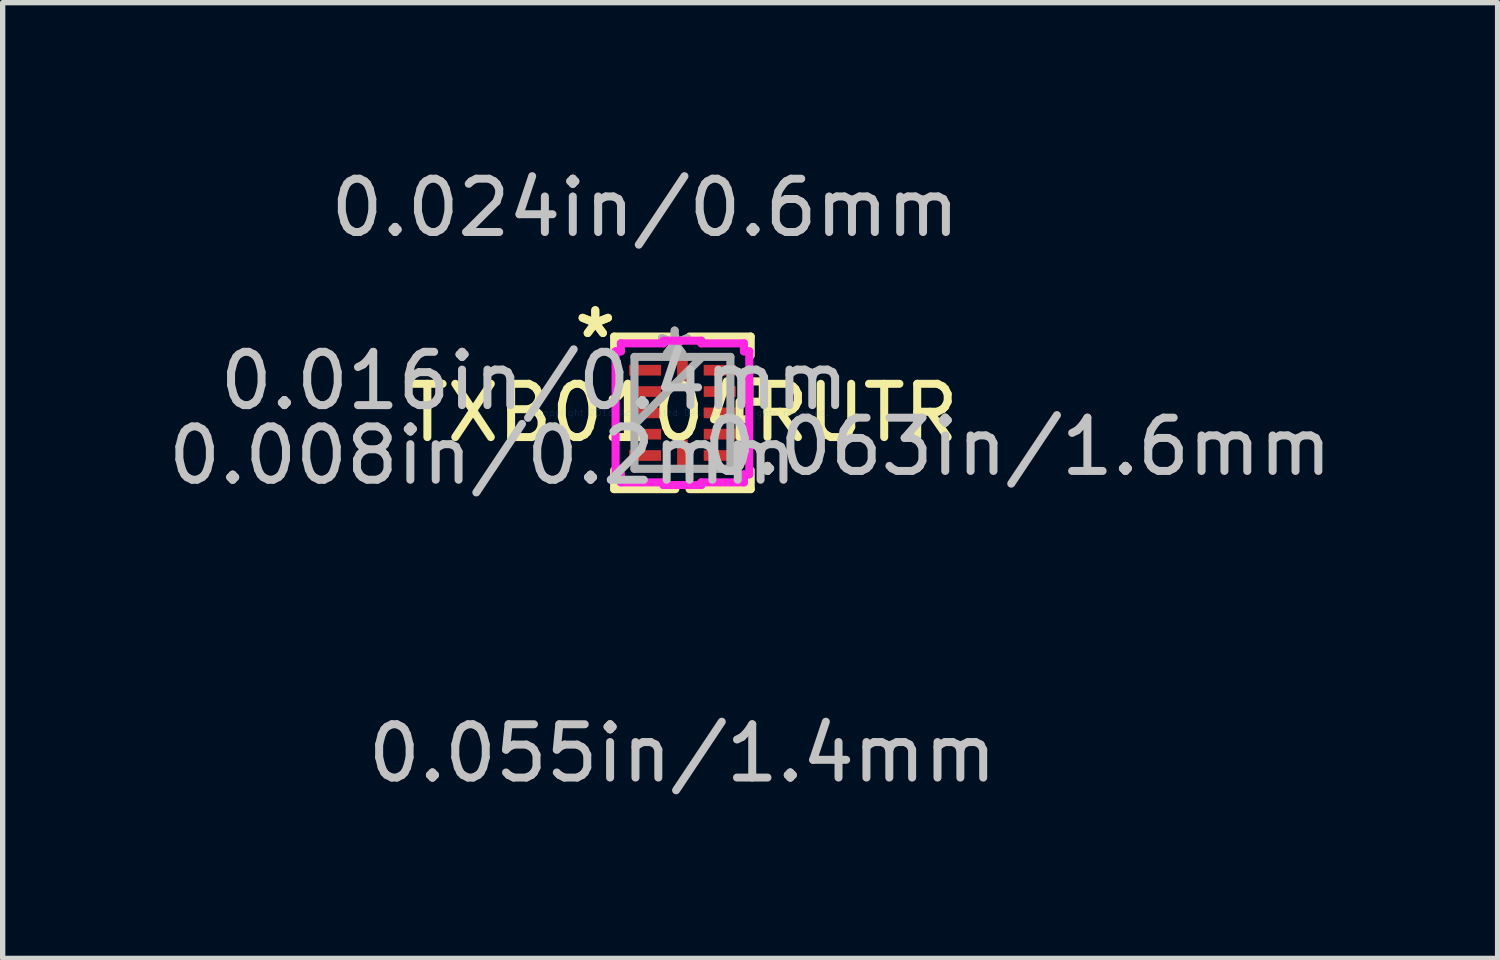
<source format=kicad_pcb>
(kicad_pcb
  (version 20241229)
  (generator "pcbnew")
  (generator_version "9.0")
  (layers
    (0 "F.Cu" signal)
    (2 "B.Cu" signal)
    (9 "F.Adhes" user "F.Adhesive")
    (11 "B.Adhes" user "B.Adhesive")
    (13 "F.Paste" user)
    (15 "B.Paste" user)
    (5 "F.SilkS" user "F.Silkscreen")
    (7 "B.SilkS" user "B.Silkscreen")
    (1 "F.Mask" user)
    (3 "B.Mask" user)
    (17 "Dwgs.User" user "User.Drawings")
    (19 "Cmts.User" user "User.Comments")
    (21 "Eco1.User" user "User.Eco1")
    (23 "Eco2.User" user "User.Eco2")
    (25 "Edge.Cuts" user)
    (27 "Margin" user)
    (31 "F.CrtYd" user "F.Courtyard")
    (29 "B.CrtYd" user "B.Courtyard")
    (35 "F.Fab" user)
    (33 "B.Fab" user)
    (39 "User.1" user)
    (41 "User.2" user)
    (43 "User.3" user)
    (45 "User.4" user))
  (footprint "TXB0104RUTR"
    (layer "F.Cu")
    (at 9.754 4.696)
    (property "Reference" "TXB0104RUTR" (at 0 0 0) (layer "F.SilkS") (effects (font (size 1 1) (thickness 0.15))))
    (attr through_hole)
    (fp_line (start -1.05 -0.95) (end -1.05 -0.65) (stroke (width 0.152) (type solid)) (layer "F.Mask"))
    (fp_line (start -1.05 -0.65) (end -0.35 -0.65) (stroke (width 0.152) (type solid)) (layer "F.Mask"))
    (fp_line (start -1.05 -0.55) (end -1.05 -0.25) (stroke (width 0.152) (type solid)) (layer "F.Mask"))
    (fp_line (start -1.05 -0.25) (end -0.35 -0.25) (stroke (width 0.152) (type solid)) (layer "F.Mask"))
    (fp_line (start -1.05 -0.15) (end -1.05 0.15) (stroke (width 0.152) (type solid)) (layer "F.Mask"))
    (fp_line (start -1.05 0.15) (end -0.35 0.15) (stroke (width 0.152) (type solid)) (layer "F.Mask"))
    (fp_line (start -1.05 0.25) (end -1.05 0.55) (stroke (width 0.152) (type solid)) (layer "F.Mask"))
    (fp_line (start -1.05 0.55) (end -0.35 0.55) (stroke (width 0.152) (type solid)) (layer "F.Mask"))
    (fp_line (start -1.05 0.65) (end -1.05 0.95) (stroke (width 0.152) (type solid)) (layer "F.Mask"))
    (fp_line (start -1.05 0.95) (end -0.35 0.95) (stroke (width 0.152) (type solid)) (layer "F.Mask"))
    (fp_line (start -0.35 -0.95) (end -1.05 -0.95) (stroke (width 0.152) (type solid)) (layer "F.Mask"))
    (fp_line (start -0.35 -0.65) (end -0.35 -0.95) (stroke (width 0.152) (type solid)) (layer "F.Mask"))
    (fp_line (start -0.35 -0.55) (end -1.05 -0.55) (stroke (width 0.152) (type solid)) (layer "F.Mask"))
    (fp_line (start -0.35 -0.25) (end -0.35 -0.55) (stroke (width 0.152) (type solid)) (layer "F.Mask"))
    (fp_line (start -0.35 -0.15) (end -1.05 -0.15) (stroke (width 0.152) (type solid)) (layer "F.Mask"))
    (fp_line (start -0.35 0.15) (end -0.35 -0.15) (stroke (width 0.152) (type solid)) (layer "F.Mask"))
    (fp_line (start -0.35 0.25) (end -1.05 0.25) (stroke (width 0.152) (type solid)) (layer "F.Mask"))
    (fp_line (start -0.35 0.55) (end -0.35 0.25) (stroke (width 0.152) (type solid)) (layer "F.Mask"))
    (fp_line (start -0.35 0.65) (end -1.05 0.65) (stroke (width 0.152) (type solid)) (layer "F.Mask"))
    (fp_line (start -0.35 0.95) (end -0.35 0.65) (stroke (width 0.152) (type solid)) (layer "F.Mask"))
    (fp_line (start -0.15 -1.15) (end -0.15 -0.45) (stroke (width 0.152) (type solid)) (layer "F.Mask"))
    (fp_line (start -0.15 -0.45) (end 0.15 -0.45) (stroke (width 0.152) (type solid)) (layer "F.Mask"))
    (fp_line (start -0.15 0.45) (end -0.15 1.15) (stroke (width 0.152) (type solid)) (layer "F.Mask"))
    (fp_line (start -0.15 1.15) (end 0.15 1.15) (stroke (width 0.152) (type solid)) (layer "F.Mask"))
    (fp_line (start 0.15 -1.15) (end -0.15 -1.15) (stroke (width 0.152) (type solid)) (layer "F.Mask"))
    (fp_line (start 0.15 -0.45) (end 0.15 -1.15) (stroke (width 0.152) (type solid)) (layer "F.Mask"))
    (fp_line (start 0.15 0.45) (end -0.15 0.45) (stroke (width 0.152) (type solid)) (layer "F.Mask"))
    (fp_line (start 0.15 1.15) (end 0.15 0.45) (stroke (width 0.152) (type solid)) (layer "F.Mask"))
    (fp_line (start 0.35 -0.95) (end 0.35 -0.65) (stroke (width 0.152) (type solid)) (layer "F.Mask"))
    (fp_line (start 0.35 -0.65) (end 1.05 -0.65) (stroke (width 0.152) (type solid)) (layer "F.Mask"))
    (fp_line (start 0.35 -0.55) (end 0.35 -0.25) (stroke (width 0.152) (type solid)) (layer "F.Mask"))
    (fp_line (start 0.35 -0.25) (end 1.05 -0.25) (stroke (width 0.152) (type solid)) (layer "F.Mask"))
    (fp_line (start 0.35 -0.15) (end 0.35 0.15) (stroke (width 0.152) (type solid)) (layer "F.Mask"))
    (fp_line (start 0.35 0.15) (end 1.05 0.15) (stroke (width 0.152) (type solid)) (layer "F.Mask"))
    (fp_line (start 0.35 0.25) (end 0.35 0.55) (stroke (width 0.152) (type solid)) (layer "F.Mask"))
    (fp_line (start 0.35 0.55) (end 1.05 0.55) (stroke (width 0.152) (type solid)) (layer "F.Mask"))
    (fp_line (start 0.35 0.65) (end 0.35 0.95) (stroke (width 0.152) (type solid)) (layer "F.Mask"))
    (fp_line (start 0.35 0.95) (end 1.05 0.95) (stroke (width 0.152) (type solid)) (layer "F.Mask"))
    (fp_line (start 1.05 -0.95) (end 0.35 -0.95) (stroke (width 0.152) (type solid)) (layer "F.Mask"))
    (fp_line (start 1.05 -0.65) (end 1.05 -0.95) (stroke (width 0.152) (type solid)) (layer "F.Mask"))
    (fp_line (start 1.05 -0.55) (end 0.35 -0.55) (stroke (width 0.152) (type solid)) (layer "F.Mask"))
    (fp_line (start 1.05 -0.25) (end 1.05 -0.55) (stroke (width 0.152) (type solid)) (layer "F.Mask"))
    (fp_line (start 1.05 -0.15) (end 0.35 -0.15) (stroke (width 0.152) (type solid)) (layer "F.Mask"))
    (fp_line (start 1.05 0.15) (end 1.05 -0.15) (stroke (width 0.152) (type solid)) (layer "F.Mask"))
    (fp_line (start 1.05 0.25) (end 0.35 0.25) (stroke (width 0.152) (type solid)) (layer "F.Mask"))
    (fp_line (start 1.05 0.55) (end 1.05 0.25) (stroke (width 0.152) (type solid)) (layer "F.Mask"))
    (fp_line (start 1.05 0.65) (end 0.35 0.65) (stroke (width 0.152) (type solid)) (layer "F.Mask"))
    (fp_line (start 1.05 0.95) (end 1.05 0.65) (stroke (width 0.152) (type solid)) (layer "F.Mask"))
    (fp_line (start -1.281 -1.431) (end -1.281 -1.078) (stroke (width 0.152) (type solid)) (layer "F.SilkS"))
    (fp_line (start -1.281 1.078) (end -1.281 1.431) (stroke (width 0.152) (type solid)) (layer "F.SilkS"))
    (fp_line (start -1.281 1.431) (end -0.134 1.431) (stroke (width 0.152) (type solid)) (layer "F.SilkS"))
    (fp_line (start -0.134 -1.431) (end -1.281 -1.431) (stroke (width 0.152) (type solid)) (layer "F.SilkS"))
    (fp_line (start 0.134 1.431) (end 1.281 1.431) (stroke (width 0.152) (type solid)) (layer "F.SilkS"))
    (fp_line (start 1.254 -0.59) (end 1.508 -0.59) (stroke (width 0.152) (type solid)) (layer "F.SilkS"))
    (fp_line (start 1.254 -0.209) (end 1.254 -0.59) (stroke (width 0.152) (type solid)) (layer "F.SilkS"))
    (fp_line (start 1.281 -1.431) (end 0.134 -1.431) (stroke (width 0.152) (type solid)) (layer "F.SilkS"))
    (fp_line (start 1.281 -1.078) (end 1.281 -1.431) (stroke (width 0.152) (type solid)) (layer "F.SilkS"))
    (fp_line (start 1.281 1.431) (end 1.281 1.078) (stroke (width 0.152) (type solid)) (layer "F.SilkS"))
    (fp_line (start 1.508 -0.59) (end 1.508 -0.209) (stroke (width 0.152) (type solid)) (layer "F.SilkS"))
    (fp_line (start 1.508 -0.209) (end 1.254 -0.209) (stroke (width 0.152) (type solid)) (layer "F.SilkS"))
    (fp_line (start -0.975 -0.875) (end -0.975 -0.725) (stroke (width 0.152) (type solid)) (layer "F.Paste"))
    (fp_line (start -0.975 -0.725) (end -0.425 -0.725) (stroke (width 0.152) (type solid)) (layer "F.Paste"))
    (fp_line (start -0.975 -0.475) (end -0.975 -0.325) (stroke (width 0.152) (type solid)) (layer "F.Paste"))
    (fp_line (start -0.975 -0.325) (end -0.425 -0.325) (stroke (width 0.152) (type solid)) (layer "F.Paste"))
    (fp_line (start -0.975 -0.075) (end -0.975 0.075) (stroke (width 0.152) (type solid)) (layer "F.Paste"))
    (fp_line (start -0.975 0.075) (end -0.425 0.075) (stroke (width 0.152) (type solid)) (layer "F.Paste"))
    (fp_line (start -0.975 0.325) (end -0.975 0.475) (stroke (width 0.152) (type solid)) (layer "F.Paste"))
    (fp_line (start -0.975 0.475) (end -0.425 0.475) (stroke (width 0.152) (type solid)) (layer "F.Paste"))
    (fp_line (start -0.975 0.725) (end -0.975 0.875) (stroke (width 0.152) (type solid)) (layer "F.Paste"))
    (fp_line (start -0.975 0.875) (end -0.425 0.875) (stroke (width 0.152) (type solid)) (layer "F.Paste"))
    (fp_line (start -0.425 -0.875) (end -0.975 -0.875) (stroke (width 0.152) (type solid)) (layer "F.Paste"))
    (fp_line (start -0.425 -0.725) (end -0.425 -0.875) (stroke (width 0.152) (type solid)) (layer "F.Paste"))
    (fp_line (start -0.425 -0.475) (end -0.975 -0.475) (stroke (width 0.152) (type solid)) (layer "F.Paste"))
    (fp_line (start -0.425 -0.325) (end -0.425 -0.475) (stroke (width 0.152) (type solid)) (layer "F.Paste"))
    (fp_line (start -0.425 -0.075) (end -0.975 -0.075) (stroke (width 0.152) (type solid)) (layer "F.Paste"))
    (fp_line (start -0.425 0.075) (end -0.425 -0.075) (stroke (width 0.152) (type solid)) (layer "F.Paste"))
    (fp_line (start -0.425 0.325) (end -0.975 0.325) (stroke (width 0.152) (type solid)) (layer "F.Paste"))
    (fp_line (start -0.425 0.475) (end -0.425 0.325) (stroke (width 0.152) (type solid)) (layer "F.Paste"))
    (fp_line (start -0.425 0.725) (end -0.975 0.725) (stroke (width 0.152) (type solid)) (layer "F.Paste"))
    (fp_line (start -0.425 0.875) (end -0.425 0.725) (stroke (width 0.152) (type solid)) (layer "F.Paste"))
    (fp_line (start -0.075 -1.075) (end -0.075 -0.525) (stroke (width 0.152) (type solid)) (layer "F.Paste"))
    (fp_line (start -0.075 -0.525) (end 0.075 -0.525) (stroke (width 0.152) (type solid)) (layer "F.Paste"))
    (fp_line (start -0.075 0.525) (end -0.075 1.075) (stroke (width 0.152) (type solid)) (layer "F.Paste"))
    (fp_line (start -0.075 1.075) (end 0.075 1.075) (stroke (width 0.152) (type solid)) (layer "F.Paste"))
    (fp_line (start 0.075 -1.075) (end -0.075 -1.075) (stroke (width 0.152) (type solid)) (layer "F.Paste"))
    (fp_line (start 0.075 -0.525) (end 0.075 -1.075) (stroke (width 0.152) (type solid)) (layer "F.Paste"))
    (fp_line (start 0.075 0.525) (end -0.075 0.525) (stroke (width 0.152) (type solid)) (layer "F.Paste"))
    (fp_line (start 0.075 1.075) (end 0.075 0.525) (stroke (width 0.152) (type solid)) (layer "F.Paste"))
    (fp_line (start 0.425 -0.875) (end 0.425 -0.725) (stroke (width 0.152) (type solid)) (layer "F.Paste"))
    (fp_line (start 0.425 -0.725) (end 0.975 -0.725) (stroke (width 0.152) (type solid)) (layer "F.Paste"))
    (fp_line (start 0.425 -0.475) (end 0.425 -0.325) (stroke (width 0.152) (type solid)) (layer "F.Paste"))
    (fp_line (start 0.425 -0.325) (end 0.975 -0.325) (stroke (width 0.152) (type solid)) (layer "F.Paste"))
    (fp_line (start 0.425 -0.075) (end 0.425 0.075) (stroke (width 0.152) (type solid)) (layer "F.Paste"))
    (fp_line (start 0.425 0.075) (end 0.975 0.075) (stroke (width 0.152) (type solid)) (layer "F.Paste"))
    (fp_line (start 0.425 0.325) (end 0.425 0.475) (stroke (width 0.152) (type solid)) (layer "F.Paste"))
    (fp_line (start 0.425 0.475) (end 0.975 0.475) (stroke (width 0.152) (type solid)) (layer "F.Paste"))
    (fp_line (start 0.425 0.725) (end 0.425 0.875) (stroke (width 0.152) (type solid)) (layer "F.Paste"))
    (fp_line (start 0.425 0.875) (end 0.975 0.875) (stroke (width 0.152) (type solid)) (layer "F.Paste"))
    (fp_line (start 0.975 -0.875) (end 0.425 -0.875) (stroke (width 0.152) (type solid)) (layer "F.Paste"))
    (fp_line (start 0.975 -0.725) (end 0.975 -0.875) (stroke (width 0.152) (type solid)) (layer "F.Paste"))
    (fp_line (start 0.975 -0.475) (end 0.425 -0.475) (stroke (width 0.152) (type solid)) (layer "F.Paste"))
    (fp_line (start 0.975 -0.325) (end 0.975 -0.475) (stroke (width 0.152) (type solid)) (layer "F.Paste"))
    (fp_line (start 0.975 -0.075) (end 0.425 -0.075) (stroke (width 0.152) (type solid)) (layer "F.Paste"))
    (fp_line (start 0.975 0.075) (end 0.975 -0.075) (stroke (width 0.152) (type solid)) (layer "F.Paste"))
    (fp_line (start 0.975 0.325) (end 0.425 0.325) (stroke (width 0.152) (type solid)) (layer "F.Paste"))
    (fp_line (start 0.975 0.475) (end 0.975 0.325) (stroke (width 0.152) (type solid)) (layer "F.Paste"))
    (fp_line (start 0.975 0.725) (end 0.425 0.725) (stroke (width 0.152) (type solid)) (layer "F.Paste"))
    (fp_line (start 0.975 0.875) (end 0.975 0.725) (stroke (width 0.152) (type solid)) (layer "F.Paste"))
    (fp_line (start -1.254 -1.154) (end -1.154 -1.154) (stroke (width 0.152) (type solid)) (layer "F.CrtYd"))
    (fp_line (start -1.254 1.154) (end -1.254 -1.154) (stroke (width 0.152) (type solid)) (layer "F.CrtYd"))
    (fp_line (start -1.154 -1.304) (end -0.354 -1.304) (stroke (width 0.152) (type solid)) (layer "F.CrtYd"))
    (fp_line (start -1.154 -1.154) (end -1.154 -1.304) (stroke (width 0.152) (type solid)) (layer "F.CrtYd"))
    (fp_line (start -1.154 1.154) (end -1.254 1.154) (stroke (width 0.152) (type solid)) (layer "F.CrtYd"))
    (fp_line (start -1.154 1.304) (end -1.154 1.154) (stroke (width 0.152) (type solid)) (layer "F.CrtYd"))
    (fp_line (start -0.354 -1.354) (end 0.354 -1.354) (stroke (width 0.152) (type solid)) (layer "F.CrtYd"))
    (fp_line (start -0.354 -1.304) (end -0.354 -1.354) (stroke (width 0.152) (type solid)) (layer "F.CrtYd"))
    (fp_line (start -0.354 1.304) (end -1.154 1.304) (stroke (width 0.152) (type solid)) (layer "F.CrtYd"))
    (fp_line (start -0.354 1.354) (end -0.354 1.304) (stroke (width 0.152) (type solid)) (layer "F.CrtYd"))
    (fp_line (start 0.354 -1.354) (end 0.354 -1.304) (stroke (width 0.152) (type solid)) (layer "F.CrtYd"))
    (fp_line (start 0.354 -1.304) (end 1.154 -1.304) (stroke (width 0.152) (type solid)) (layer "F.CrtYd"))
    (fp_line (start 0.354 1.304) (end 0.354 1.354) (stroke (width 0.152) (type solid)) (layer "F.CrtYd"))
    (fp_line (start 0.354 1.354) (end -0.354 1.354) (stroke (width 0.152) (type solid)) (layer "F.CrtYd"))
    (fp_line (start 1.154 -1.304) (end 1.154 -1.154) (stroke (width 0.152) (type solid)) (layer "F.CrtYd"))
    (fp_line (start 1.154 -1.154) (end 1.254 -1.154) (stroke (width 0.152) (type solid)) (layer "F.CrtYd"))
    (fp_line (start 1.154 1.154) (end 1.154 1.304) (stroke (width 0.152) (type solid)) (layer "F.CrtYd"))
    (fp_line (start 1.154 1.304) (end 0.354 1.304) (stroke (width 0.152) (type solid)) (layer "F.CrtYd"))
    (fp_line (start 1.254 -1.154) (end 1.254 1.154) (stroke (width 0.152) (type solid)) (layer "F.CrtYd"))
    (fp_line (start 1.254 1.154) (end 1.154 1.154) (stroke (width 0.152) (type solid)) (layer "F.CrtYd"))
    (fp_line (start -0.9 -1.05) (end -0.9 1.05) (stroke (width 0.152) (type solid)) (layer "F.Fab"))
    (fp_line (start -0.9 0.22) (end 0.37 -1.05) (stroke (width 0.152) (type solid)) (layer "F.Fab"))
    (fp_line (start -0.9 1.05) (end 0.9 1.05) (stroke (width 0.152) (type solid)) (layer "F.Fab"))
    (fp_line (start 0.9 -1.05) (end -0.9 -1.05) (stroke (width 0.152) (type solid)) (layer "F.Fab"))
    (fp_line (start 0.9 1.05) (end 0.9 -1.05) (stroke (width 0.152) (type solid)) (layer "F.Fab"))
    (fp_text user "*" (at -1.635 -1.381 0) (layer "F.SilkS") (effects (font (size 1 1) (thickness 0.15))))
    (fp_text user "*" (at -1.635 -1.381 0) (layer "F.SilkS") (effects (font (size 1 1) (thickness 0.15))))
    (fp_text user "0.016in/0.4mm" (at -2.778 -0.6 0) (layer "Dwgs.User") (effects (font (size 1 1) (thickness 0.15))))
    (fp_text user "0.008in/0.2mm" (at -3.748 0.8 0) (layer "Dwgs.User") (effects (font (size 1 1) (thickness 0.15))))
    (fp_text user "0.063in/1.6mm" (at 6.288 0.635 0) (layer "Dwgs.User") (effects (font (size 1 1) (thickness 0.15))))
    (fp_text user "0.024in/0.6mm" (at -0.7 -3.848 0) (layer "Dwgs.User") (effects (font (size 1 1) (thickness 0.15))))
    (fp_text user "0.055in/1.4mm" (at 0 6.388 0) (layer "Dwgs.User") (effects (font (size 1 1) (thickness 0.15))))
    (fp_text user "Copyright 2016 Accelerated Designs. All rights reserved." (at 0 0 0) (layer "Cmts.User") (effects (font (size 0.127 0.127) (thickness 0.002))))
    (fp_text user "*" (at -0.146 -1 0) (layer "F.Fab") (effects (font (size 1 1) (thickness 0.15))))
    (fp_text user "*" (at -0.146 -1 0) (layer "F.Fab") (effects (font (size 1 1) (thickness 0.15))))
    (pad "1" smd rect (at -0.7 -0.8 90) (size 0.2 0.6) (layers "F.Cu" "F.Mask" "F.Paste"))
    (pad "2" smd rect (at -0.7 -0.4 90) (size 0.2 0.6) (layers "F.Cu" "F.Mask" "F.Paste"))
    (pad "3" smd rect (at -0.7 0 90) (size 0.2 0.6) (layers "F.Cu" "F.Mask" "F.Paste"))
    (pad "4" smd rect (at -0.7 0.4 90) (size 0.2 0.6) (layers "F.Cu" "F.Mask" "F.Paste"))
    (pad "5" smd rect (at -0.7 0.8 90) (size 0.2 0.6) (layers "F.Cu" "F.Mask" "F.Paste"))
    (pad "6" smd rect (at 0 0.8) (size 0.2 0.6) (layers "F.Cu" "F.Mask" "F.Paste"))
    (pad "7" smd rect (at 0.7 0.8 90) (size 0.2 0.6) (layers "F.Cu" "F.Mask" "F.Paste"))
    (pad "8" smd rect (at 0.7 0.4 90) (size 0.2 0.6) (layers "F.Cu" "F.Mask" "F.Paste"))
    (pad "9" smd rect (at 0.7 0 90) (size 0.2 0.6) (layers "F.Cu" "F.Mask" "F.Paste"))
    (pad "10" smd rect (at 0.7 -0.4 90) (size 0.2 0.6) (layers "F.Cu" "F.Mask" "F.Paste"))
    (pad "11" smd rect (at 0.7 -0.8 90) (size 0.2 0.6) (layers "F.Cu" "F.Mask" "F.Paste"))
    (pad "12" smd rect (at 0 -0.8) (size 0.2 0.6) (layers "F.Cu" "F.Mask" "F.Paste")))
  (gr_rect
    (start -3 -3)
    (end 25.048 14.932)
    (stroke (width 0.1) (type default))
    (fill no)
    (layer "Edge.Cuts")))
</source>
